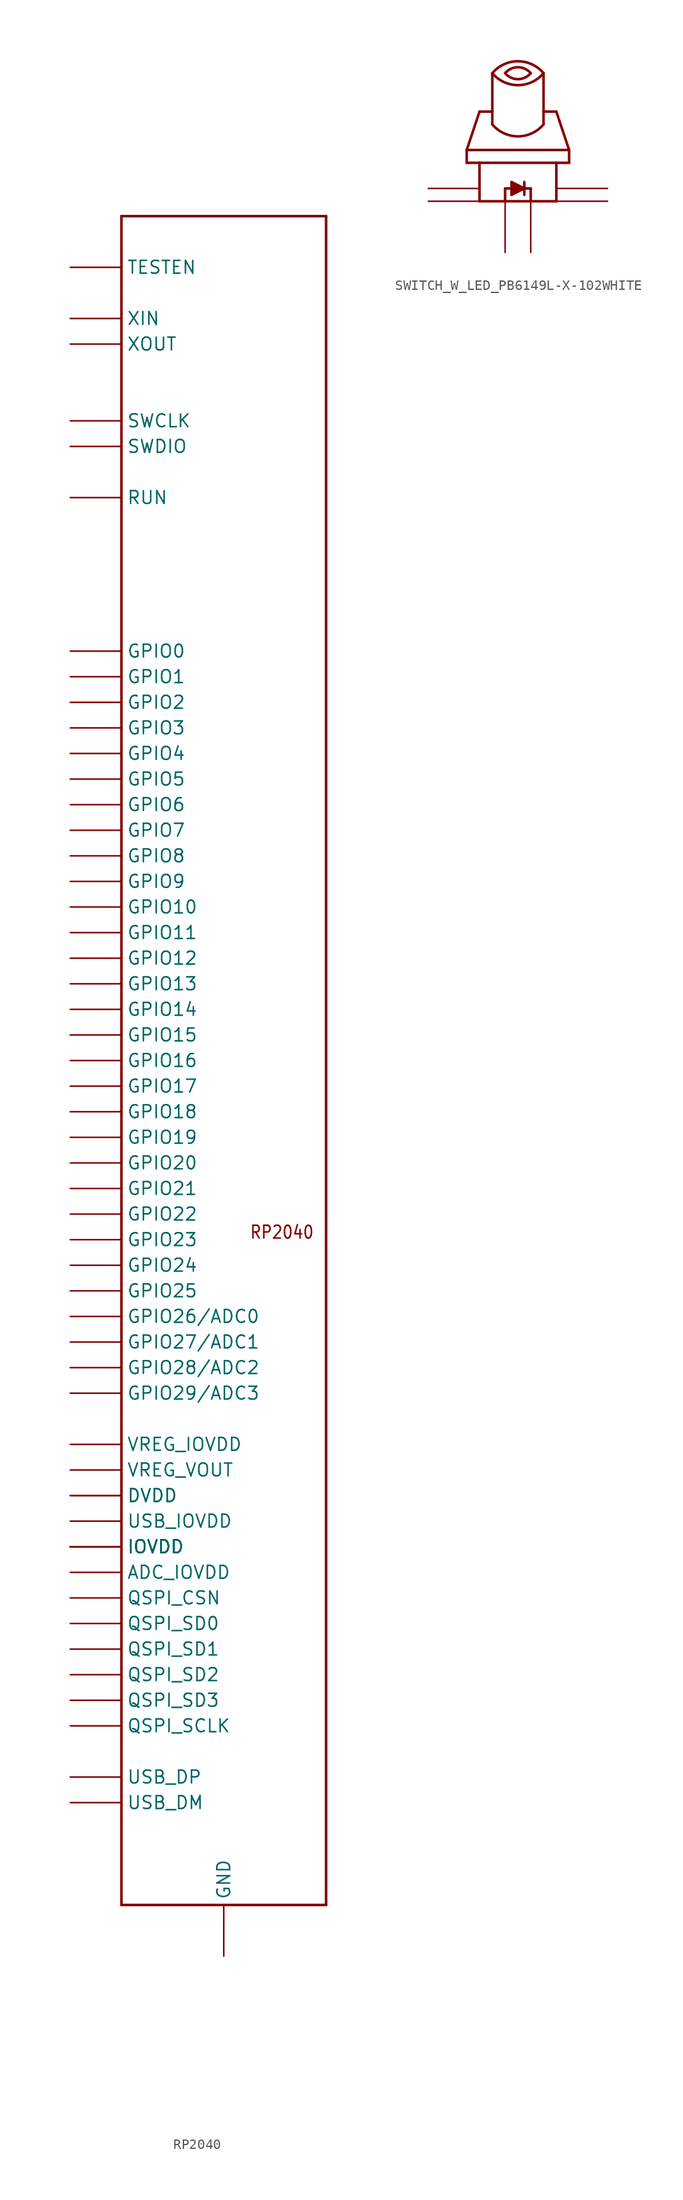
<source format=kicad_sym>
(kicad_symbol_lib
  (version 20211014)
  (generator kicad_symbol_editor)
  (symbol "RP2040"
    (property "Reference" ""
      (at 0 0 0)
      (effects (font (size 1.27 1.27)) hide))
    (property "ki_locked" ""
      (at 0 0 0)
      (effects (font (size 1.27 1.27))))
    (symbol "RP2040_1_0"
      (polyline (pts (xy -12.7 -66.04) (xy 7.62 -66.04)) (stroke (width 0.254) (type default) (color 0 0 0 0)) (fill (type none)))
      (polyline (pts (xy -12.7 101.6) (xy -12.7 -66.04)) (stroke (width 0.254) (type default) (color 0 0 0 0)) (fill (type none)))
      (polyline (pts (xy 7.62 -66.04) (xy 7.62 101.6)) (stroke (width 0.254) (type default) (color 0 0 0 0)) (fill (type none)))
      (polyline (pts (xy 7.62 101.6) (xy -12.7 101.6)) (stroke (width 0.254) (type default) (color 0 0 0 0)) (fill (type none)))
      (text "RP2040" (at 0 0 0) (effects (font (size 1.27 1.079)) (justify left bottom)))
      (pin bidirectional line (at -2.54 -71.12 90) (length 5.08) (name "GND" (effects (font (size 1.27 1.27)))) (number "GND" (effects (font (size 0 0)))))
      (pin bidirectional line (at -17.78 -30.48 0) (length 5.08) (name "IOVDD" (effects (font (size 1.27 1.27)))) (number "P$1" (effects (font (size 0 0)))))
      (pin bidirectional line (at -17.78 -30.48 0) (length 5.08) (name "IOVDD" (effects (font (size 1.27 1.27)))) (number "P$10" (effects (font (size 0 0)))))
      (pin bidirectional line (at -17.78 38.1 0) (length 5.08) (name "GPIO8" (effects (font (size 1.27 1.27)))) (number "P$11" (effects (font (size 0 0)))))
      (pin bidirectional line (at -17.78 35.56 0) (length 5.08) (name "GPIO9" (effects (font (size 1.27 1.27)))) (number "P$12" (effects (font (size 0 0)))))
      (pin bidirectional line (at -17.78 33.02 0) (length 5.08) (name "GPIO10" (effects (font (size 1.27 1.27)))) (number "P$13" (effects (font (size 0 0)))))
      (pin bidirectional line (at -17.78 30.48 0) (length 5.08) (name "GPIO11" (effects (font (size 1.27 1.27)))) (number "P$14" (effects (font (size 0 0)))))
      (pin bidirectional line (at -17.78 27.94 0) (length 5.08) (name "GPIO12" (effects (font (size 1.27 1.27)))) (number "P$15" (effects (font (size 0 0)))))
      (pin bidirectional line (at -17.78 25.4 0) (length 5.08) (name "GPIO13" (effects (font (size 1.27 1.27)))) (number "P$16" (effects (font (size 0 0)))))
      (pin bidirectional line (at -17.78 22.86 0) (length 5.08) (name "GPIO14" (effects (font (size 1.27 1.27)))) (number "P$17" (effects (font (size 0 0)))))
      (pin bidirectional line (at -17.78 20.32 0) (length 5.08) (name "GPIO15" (effects (font (size 1.27 1.27)))) (number "P$18" (effects (font (size 0 0)))))
      (pin bidirectional line (at -17.78 96.52 0) (length 5.08) (name "TESTEN" (effects (font (size 1.27 1.27)))) (number "P$19" (effects (font (size 0 0)))))
      (pin bidirectional line (at -17.78 58.42 0) (length 5.08) (name "GPIO0" (effects (font (size 1.27 1.27)))) (number "P$2" (effects (font (size 0 0)))))
      (pin bidirectional line (at -17.78 91.44 0) (length 5.08) (name "XIN" (effects (font (size 1.27 1.27)))) (number "P$20" (effects (font (size 0 0)))))
      (pin bidirectional line (at -17.78 88.9 0) (length 5.08) (name "XOUT" (effects (font (size 1.27 1.27)))) (number "P$21" (effects (font (size 0 0)))))
      (pin bidirectional line (at -17.78 -30.48 0) (length 5.08) (name "IOVDD" (effects (font (size 1.27 1.27)))) (number "P$22" (effects (font (size 0 0)))))
      (pin bidirectional line (at -17.78 -25.4 0) (length 5.08) (name "DVDD" (effects (font (size 1.27 1.27)))) (number "P$23" (effects (font (size 0 0)))))
      (pin bidirectional line (at -17.78 81.28 0) (length 5.08) (name "SWCLK" (effects (font (size 1.27 1.27)))) (number "P$24" (effects (font (size 0 0)))))
      (pin bidirectional line (at -17.78 78.74 0) (length 5.08) (name "SWDIO" (effects (font (size 1.27 1.27)))) (number "P$25" (effects (font (size 0 0)))))
      (pin bidirectional line (at -17.78 73.66 0) (length 5.08) (name "RUN" (effects (font (size 1.27 1.27)))) (number "P$26" (effects (font (size 0 0)))))
      (pin bidirectional line (at -17.78 17.78 0) (length 5.08) (name "GPIO16" (effects (font (size 1.27 1.27)))) (number "P$27" (effects (font (size 0 0)))))
      (pin bidirectional line (at -17.78 15.24 0) (length 5.08) (name "GPIO17" (effects (font (size 1.27 1.27)))) (number "P$28" (effects (font (size 0 0)))))
      (pin bidirectional line (at -17.78 12.7 0) (length 5.08) (name "GPIO18" (effects (font (size 1.27 1.27)))) (number "P$29" (effects (font (size 0 0)))))
      (pin bidirectional line (at -17.78 55.88 0) (length 5.08) (name "GPIO1" (effects (font (size 1.27 1.27)))) (number "P$3" (effects (font (size 0 0)))))
      (pin bidirectional line (at -17.78 10.16 0) (length 5.08) (name "GPIO19" (effects (font (size 1.27 1.27)))) (number "P$30" (effects (font (size 0 0)))))
      (pin bidirectional line (at -17.78 7.62 0) (length 5.08) (name "GPIO20" (effects (font (size 1.27 1.27)))) (number "P$31" (effects (font (size 0 0)))))
      (pin bidirectional line (at -17.78 5.08 0) (length 5.08) (name "GPIO21" (effects (font (size 1.27 1.27)))) (number "P$32" (effects (font (size 0 0)))))
      (pin bidirectional line (at -17.78 -30.48 0) (length 5.08) (name "IOVDD" (effects (font (size 1.27 1.27)))) (number "P$33" (effects (font (size 0 0)))))
      (pin bidirectional line (at -17.78 2.54 0) (length 5.08) (name "GPIO22" (effects (font (size 1.27 1.27)))) (number "P$34" (effects (font (size 0 0)))))
      (pin bidirectional line (at -17.78 0 0) (length 5.08) (name "GPIO23" (effects (font (size 1.27 1.27)))) (number "P$35" (effects (font (size 0 0)))))
      (pin bidirectional line (at -17.78 -2.54 0) (length 5.08) (name "GPIO24" (effects (font (size 1.27 1.27)))) (number "P$36" (effects (font (size 0 0)))))
      (pin bidirectional line (at -17.78 -5.08 0) (length 5.08) (name "GPIO25" (effects (font (size 1.27 1.27)))) (number "P$37" (effects (font (size 0 0)))))
      (pin bidirectional line (at -17.78 -7.62 0) (length 5.08) (name "GPIO26/ADC0" (effects (font (size 1.27 1.27)))) (number "P$38" (effects (font (size 0 0)))))
      (pin bidirectional line (at -17.78 -10.16 0) (length 5.08) (name "GPIO27/ADC1" (effects (font (size 1.27 1.27)))) (number "P$39" (effects (font (size 0 0)))))
      (pin bidirectional line (at -17.78 53.34 0) (length 5.08) (name "GPIO2" (effects (font (size 1.27 1.27)))) (number "P$4" (effects (font (size 0 0)))))
      (pin bidirectional line (at -17.78 -12.7 0) (length 5.08) (name "GPIO28/ADC2" (effects (font (size 1.27 1.27)))) (number "P$40" (effects (font (size 0 0)))))
      (pin bidirectional line (at -17.78 -15.24 0) (length 5.08) (name "GPIO29/ADC3" (effects (font (size 1.27 1.27)))) (number "P$41" (effects (font (size 0 0)))))
      (pin bidirectional line (at -17.78 -30.48 0) (length 5.08) (name "IOVDD" (effects (font (size 1.27 1.27)))) (number "P$42" (effects (font (size 0 0)))))
      (pin bidirectional line (at -17.78 -33.02 0) (length 5.08) (name "ADC_IOVDD" (effects (font (size 1.27 1.27)))) (number "P$43" (effects (font (size 0 0)))))
      (pin bidirectional line (at -17.78 -20.32 0) (length 5.08) (name "VREG_IOVDD" (effects (font (size 1.27 1.27)))) (number "P$44" (effects (font (size 0 0)))))
      (pin bidirectional line (at -17.78 -22.86 0) (length 5.08) (name "VREG_VOUT" (effects (font (size 1.27 1.27)))) (number "P$45" (effects (font (size 0 0)))))
      (pin bidirectional line (at -17.78 -55.88 0) (length 5.08) (name "USB_DM" (effects (font (size 1.27 1.27)))) (number "P$46" (effects (font (size 0 0)))))
      (pin bidirectional line (at -17.78 -53.34 0) (length 5.08) (name "USB_DP" (effects (font (size 1.27 1.27)))) (number "P$47" (effects (font (size 0 0)))))
      (pin bidirectional line (at -17.78 -27.94 0) (length 5.08) (name "USB_IOVDD" (effects (font (size 1.27 1.27)))) (number "P$48" (effects (font (size 0 0)))))
      (pin bidirectional line (at -17.78 -30.48 0) (length 5.08) (name "IOVDD" (effects (font (size 1.27 1.27)))) (number "P$49" (effects (font (size 0 0)))))
      (pin bidirectional line (at -17.78 50.8 0) (length 5.08) (name "GPIO3" (effects (font (size 1.27 1.27)))) (number "P$5" (effects (font (size 0 0)))))
      (pin bidirectional line (at -17.78 -25.4 0) (length 5.08) (name "DVDD" (effects (font (size 1.27 1.27)))) (number "P$50" (effects (font (size 0 0)))))
      (pin bidirectional line (at -17.78 -45.72 0) (length 5.08) (name "QSPI_SD3" (effects (font (size 1.27 1.27)))) (number "P$51" (effects (font (size 0 0)))))
      (pin bidirectional line (at -17.78 -48.26 0) (length 5.08) (name "QSPI_SCLK" (effects (font (size 1.27 1.27)))) (number "P$52" (effects (font (size 0 0)))))
      (pin bidirectional line (at -17.78 -38.1 0) (length 5.08) (name "QSPI_SD0" (effects (font (size 1.27 1.27)))) (number "P$53" (effects (font (size 0 0)))))
      (pin bidirectional line (at -17.78 -43.18 0) (length 5.08) (name "QSPI_SD2" (effects (font (size 1.27 1.27)))) (number "P$54" (effects (font (size 0 0)))))
      (pin bidirectional line (at -17.78 -40.64 0) (length 5.08) (name "QSPI_SD1" (effects (font (size 1.27 1.27)))) (number "P$55" (effects (font (size 0 0)))))
      (pin bidirectional line (at -17.78 -35.56 0) (length 5.08) (name "QSPI_CSN" (effects (font (size 1.27 1.27)))) (number "P$56" (effects (font (size 0 0)))))
      (pin bidirectional line (at -17.78 48.26 0) (length 5.08) (name "GPIO4" (effects (font (size 1.27 1.27)))) (number "P$6" (effects (font (size 0 0)))))
      (pin bidirectional line (at -17.78 45.72 0) (length 5.08) (name "GPIO5" (effects (font (size 1.27 1.27)))) (number "P$7" (effects (font (size 0 0)))))
      (pin bidirectional line (at -17.78 43.18 0) (length 5.08) (name "GPIO6" (effects (font (size 1.27 1.27)))) (number "P$8" (effects (font (size 0 0)))))
      (pin bidirectional line (at -17.78 40.64 0) (length 5.08) (name "GPIO7" (effects (font (size 1.27 1.27)))) (number "P$9" (effects (font (size 0 0)))))))
  (symbol "SWITCH_W_LED_PB6149L-X-102WHITE"
    (property "Reference" "S"
      (at 0 0 0)
      (effects (font (size 1.27 1.27)) hide))
    (property "ki_locked" ""
      (at 0 0 0)
      (effects (font (size 1.27 1.27))))
    (symbol "SWITCH_W_LED_PB6149L-X-102WHITE_1_0"
      (arc (start -2.54 -2.54) (mid 0 -3.7244) (end 2.54 -2.54) (stroke (width 0.254) (type default) (color 0 0 0 0)) (fill (type none)))
      (arc (start -2.54 2.54) (mid 0 1.3556) (end 2.54 2.54) (stroke (width 0.254) (type default) (color 0 0 0 0)) (fill (type none)))
      (arc (start -1.27 2.54) (mid 0 1.9478) (end 1.27 2.54) (stroke (width 0.254) (type default) (color 0 0 0 0)) (fill (type none)))
      (polyline (pts (xy -5.08 -6.35) (xy -3.81 -6.35)) (stroke (width 0.254) (type default) (color 0 0 0 0)) (fill (type none)))
      (polyline (pts (xy -5.08 -5.08) (xy -5.08 -6.35)) (stroke (width 0.254) (type default) (color 0 0 0 0)) (fill (type none)))
      (polyline (pts (xy -5.08 -5.08) (xy 5.08 -5.08)) (stroke (width 0.254) (type default) (color 0 0 0 0)) (fill (type none)))
      (polyline (pts (xy -3.81 -10.16) (xy -1.27 -10.16)) (stroke (width 0.254) (type default) (color 0 0 0 0)) (fill (type none)))
      (polyline (pts (xy -3.81 -6.35) (xy -3.81 -10.16)) (stroke (width 0.254) (type default) (color 0 0 0 0)) (fill (type none)))
      (polyline (pts (xy -3.81 -6.35) (xy 3.81 -6.35)) (stroke (width 0.254) (type default) (color 0 0 0 0)) (fill (type none)))
      (polyline (pts (xy -3.81 -1.27) (xy -5.08 -5.08)) (stroke (width 0.254) (type default) (color 0 0 0 0)) (fill (type none)))
      (polyline (pts (xy -2.54 -1.27) (xy -3.81 -1.27)) (stroke (width 0.254) (type default) (color 0 0 0 0)) (fill (type none)))
      (polyline (pts (xy -2.54 -1.27) (xy -2.54 -2.54)) (stroke (width 0.254) (type default) (color 0 0 0 0)) (fill (type none)))
      (polyline (pts (xy -2.54 2.54) (xy -2.54 -1.27)) (stroke (width 0.254) (type default) (color 0 0 0 0)) (fill (type none)))
      (polyline (pts (xy -1.27 -10.16) (xy -1.27 -8.89)) (stroke (width 0.254) (type default) (color 0 0 0 0)) (fill (type none)))
      (polyline (pts (xy -1.27 -10.16) (xy 1.27 -10.16)) (stroke (width 0.254) (type default) (color 0 0 0 0)) (fill (type none)))
      (polyline (pts (xy -1.27 -8.89) (xy 0.635 -8.89)) (stroke (width 0.254) (type default) (color 0 0 0 0)) (fill (type none)))
      (polyline (pts (xy -0.635 -9.525) (xy 0.635 -8.89)) (stroke (width 0.254) (type default) (color 0 0 0 0)) (fill (type none)))
      (polyline (pts (xy -0.635 -8.255) (xy -0.635 -9.525)) (stroke (width 0.254) (type default) (color 0 0 0 0)) (fill (type none)))
      (polyline (pts (xy 0.635 -8.89) (xy -0.635 -8.255)) (stroke (width 0.254) (type default) (color 0 0 0 0)) (fill (type none)))
      (polyline (pts (xy 0.635 -8.89) (xy 0.635 -9.525)) (stroke (width 0.254) (type default) (color 0 0 0 0)) (fill (type none)))
      (polyline (pts (xy 0.635 -8.89) (xy 1.27 -8.89)) (stroke (width 0.254) (type default) (color 0 0 0 0)) (fill (type none)))
      (polyline (pts (xy 0.635 -8.255) (xy 0.635 -8.89)) (stroke (width 0.254) (type default) (color 0 0 0 0)) (fill (type none)))
      (polyline (pts (xy 1.27 -10.16) (xy 3.81 -10.16)) (stroke (width 0.254) (type default) (color 0 0 0 0)) (fill (type none)))
      (polyline (pts (xy 1.27 -8.89) (xy 1.27 -10.16)) (stroke (width 0.254) (type default) (color 0 0 0 0)) (fill (type none)))
      (polyline (pts (xy 2.54 -1.27) (xy 2.54 -2.54)) (stroke (width 0.254) (type default) (color 0 0 0 0)) (fill (type none)))
      (polyline (pts (xy 2.54 2.54) (xy 2.54 -1.27)) (stroke (width 0.254) (type default) (color 0 0 0 0)) (fill (type none)))
      (polyline (pts (xy 3.81 -10.16) (xy 3.81 -6.35)) (stroke (width 0.254) (type default) (color 0 0 0 0)) (fill (type none)))
      (polyline (pts (xy 3.81 -6.35) (xy 5.08 -6.35)) (stroke (width 0.254) (type default) (color 0 0 0 0)) (fill (type none)))
      (polyline (pts (xy 3.81 -1.27) (xy 2.54 -1.27)) (stroke (width 0.254) (type default) (color 0 0 0 0)) (fill (type none)))
      (polyline (pts (xy 5.08 -6.35) (xy 5.08 -5.08)) (stroke (width 0.254) (type default) (color 0 0 0 0)) (fill (type none)))
      (polyline (pts (xy 5.08 -5.08) (xy 3.81 -1.27)) (stroke (width 0.254) (type default) (color 0 0 0 0)) (fill (type none)))
      (polyline (pts (xy -0.635 -8.255) (xy 0.635 -8.89) (xy -0.635 -9.525)) (stroke (width 0) (type default) (color 0 0 0 0)) (fill (type outline)))
      (arc (start 1.27 2.54) (mid 0 3.1322) (end -1.27 2.54) (stroke (width 0.254) (type default) (color 0 0 0 0)) (fill (type none)))
      (arc (start 2.54 2.54) (mid 0 3.7244) (end -2.54 2.54) (stroke (width 0.254) (type default) (color 0 0 0 0)) (fill (type none)))
      (pin bidirectional line (at -8.89 -8.89 0) (length 5.08) (name "1" (effects (font (size 0 0)))) (number "1" (effects (font (size 0 0)))))
      (pin bidirectional line (at -8.89 -10.16 0) (length 5.08) (name "2" (effects (font (size 0 0)))) (number "2" (effects (font (size 0 0)))))
      (pin bidirectional line (at 8.89 -8.89 180) (length 5.08) (name "3" (effects (font (size 0 0)))) (number "3" (effects (font (size 0 0)))))
      (pin bidirectional line (at 8.89 -10.16 180) (length 5.08) (name "4" (effects (font (size 0 0)))) (number "4" (effects (font (size 0 0)))))
      (pin bidirectional line (at 1.27 -15.24 90) (length 5.08) (name "NEG" (effects (font (size 0 0)))) (number "LEDNEG" (effects (font (size 0 0)))))
      (pin bidirectional line (at -1.27 -15.24 90) (length 5.08) (name "POS" (effects (font (size 0 0)))) (number "LEDPOS" (effects (font (size 0 0))))))))
</source>
